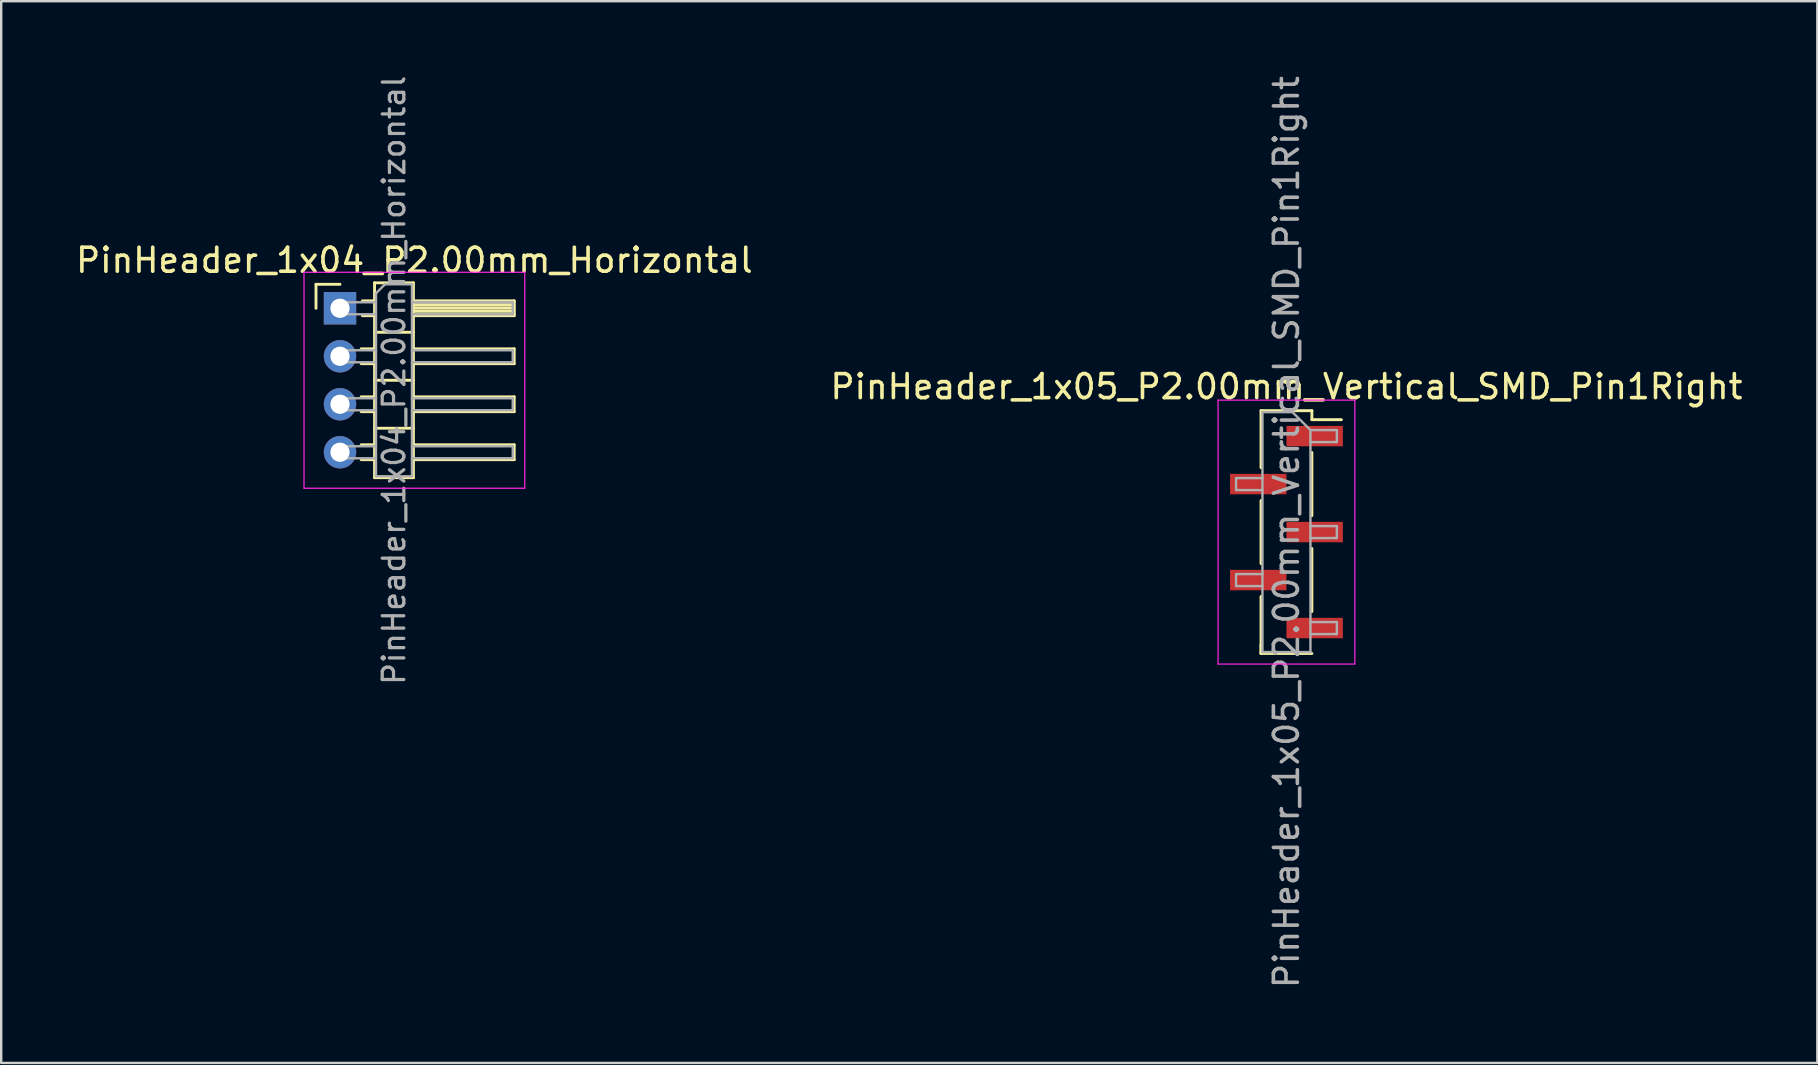
<source format=kicad_pcb>
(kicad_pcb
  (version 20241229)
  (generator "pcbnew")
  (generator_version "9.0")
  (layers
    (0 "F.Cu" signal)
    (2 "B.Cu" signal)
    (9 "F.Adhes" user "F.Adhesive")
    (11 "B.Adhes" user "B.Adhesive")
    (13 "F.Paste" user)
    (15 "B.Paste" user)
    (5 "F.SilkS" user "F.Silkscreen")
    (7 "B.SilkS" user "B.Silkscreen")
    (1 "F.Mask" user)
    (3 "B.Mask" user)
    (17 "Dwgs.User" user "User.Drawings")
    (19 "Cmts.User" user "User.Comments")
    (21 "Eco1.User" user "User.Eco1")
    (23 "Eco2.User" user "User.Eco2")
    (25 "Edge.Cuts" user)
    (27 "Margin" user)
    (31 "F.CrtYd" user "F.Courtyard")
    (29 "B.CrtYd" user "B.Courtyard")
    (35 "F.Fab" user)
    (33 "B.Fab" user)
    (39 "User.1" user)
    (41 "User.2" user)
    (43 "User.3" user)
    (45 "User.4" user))
  (footprint "PinHeader_1x05_P2.00mm_Vertical_SMD_Pin1Right"
    (layer "F.Cu")
    (at 50.565 19.125)
    (property "Reference" "PinHeader_1x05_P2.00mm_Vertical_SMD_Pin1Right" (at 0 -6.06 0) (layer "F.SilkS") (effects (font (size 1 1) (thickness 0.15))))
    (attr smd)
    (fp_line (start -1.06 -5.06) (end -1.06 -2.685) (stroke (width 0.12) (type solid)) (layer "F.SilkS"))
    (fp_line (start -1.06 -5.06) (end 1.06 -5.06) (stroke (width 0.12) (type solid)) (layer "F.SilkS"))
    (fp_line (start -1.06 -1.315) (end -1.06 1.315) (stroke (width 0.12) (type solid)) (layer "F.SilkS"))
    (fp_line (start -1.06 2.685) (end -1.06 5.06) (stroke (width 0.12) (type solid)) (layer "F.SilkS"))
    (fp_line (start -1.06 4.685) (end -1.06 5.06) (stroke (width 0.12) (type solid)) (layer "F.SilkS"))
    (fp_line (start -1.06 5.06) (end 1.06 5.06) (stroke (width 0.12) (type solid)) (layer "F.SilkS"))
    (fp_line (start 1.06 -5.06) (end 1.06 -4.685) (stroke (width 0.12) (type solid)) (layer "F.SilkS"))
    (fp_line (start 1.06 -4.685) (end 2.29 -4.685) (stroke (width 0.12) (type solid)) (layer "F.SilkS"))
    (fp_line (start 1.06 -3.315) (end 1.06 -0.685) (stroke (width 0.12) (type solid)) (layer "F.SilkS"))
    (fp_line (start 1.06 0.685) (end 1.06 3.315) (stroke (width 0.12) (type solid)) (layer "F.SilkS"))
    (fp_line (start -2.85 -5.5) (end -2.85 5.5) (stroke (width 0.05) (type solid)) (layer "F.CrtYd"))
    (fp_line (start -2.85 5.5) (end 2.85 5.5) (stroke (width 0.05) (type solid)) (layer "F.CrtYd"))
    (fp_line (start 2.85 -5.5) (end -2.85 -5.5) (stroke (width 0.05) (type solid)) (layer "F.CrtYd"))
    (fp_line (start 2.85 5.5) (end 2.85 -5.5) (stroke (width 0.05) (type solid)) (layer "F.CrtYd"))
    (fp_line (start -2.1 -2.25) (end -2.1 -1.75) (stroke (width 0.1) (type solid)) (layer "F.Fab"))
    (fp_line (start -2.1 -1.75) (end -1 -1.75) (stroke (width 0.1) (type solid)) (layer "F.Fab"))
    (fp_line (start -2.1 1.75) (end -2.1 2.25) (stroke (width 0.1) (type solid)) (layer "F.Fab"))
    (fp_line (start -2.1 2.25) (end -1 2.25) (stroke (width 0.1) (type solid)) (layer "F.Fab"))
    (fp_line (start -1 -5) (end -1 5) (stroke (width 0.1) (type solid)) (layer "F.Fab"))
    (fp_line (start -1 -5) (end 0.25 -5) (stroke (width 0.1) (type solid)) (layer "F.Fab"))
    (fp_line (start -1 -2.25) (end -2.1 -2.25) (stroke (width 0.1) (type solid)) (layer "F.Fab"))
    (fp_line (start -1 1.75) (end -2.1 1.75) (stroke (width 0.1) (type solid)) (layer "F.Fab"))
    (fp_line (start 1 -4.25) (end 0.25 -5) (stroke (width 0.1) (type solid)) (layer "F.Fab"))
    (fp_line (start 1 -4.25) (end 2.1 -4.25) (stroke (width 0.1) (type solid)) (layer "F.Fab"))
    (fp_line (start 1 -0.25) (end 2.1 -0.25) (stroke (width 0.1) (type solid)) (layer "F.Fab"))
    (fp_line (start 1 3.75) (end 2.1 3.75) (stroke (width 0.1) (type solid)) (layer "F.Fab"))
    (fp_line (start 1 5) (end -1 5) (stroke (width 0.1) (type solid)) (layer "F.Fab"))
    (fp_line (start 1 5) (end 1 -4.25) (stroke (width 0.1) (type solid)) (layer "F.Fab"))
    (fp_line (start 2.1 -4.25) (end 2.1 -3.75) (stroke (width 0.1) (type solid)) (layer "F.Fab"))
    (fp_line (start 2.1 -3.75) (end 1 -3.75) (stroke (width 0.1) (type solid)) (layer "F.Fab"))
    (fp_line (start 2.1 -0.25) (end 2.1 0.25) (stroke (width 0.1) (type solid)) (layer "F.Fab"))
    (fp_line (start 2.1 0.25) (end 1 0.25) (stroke (width 0.1) (type solid)) (layer "F.Fab"))
    (fp_line (start 2.1 3.75) (end 2.1 4.25) (stroke (width 0.1) (type solid)) (layer "F.Fab"))
    (fp_line (start 2.1 4.25) (end 1 4.25) (stroke (width 0.1) (type solid)) (layer "F.Fab"))
    (fp_text user "${REFERENCE}" (at 0 0 90) (layer "F.Fab") (effects (font (size 1 1) (thickness 0.15))))
    (pad "1" smd rect (at 1.175 -4) (size 2.35 0.85) (layers "F.Cu" "F.Mask" "F.Paste"))
    (pad "2" smd rect (at -1.175 -2) (size 2.35 0.85) (layers "F.Cu" "F.Mask" "F.Paste"))
    (pad "3" smd rect (at 1.175 0) (size 2.35 0.85) (layers "F.Cu" "F.Mask" "F.Paste"))
    (pad "4" smd rect (at -1.175 2) (size 2.35 0.85) (layers "F.Cu" "F.Mask" "F.Paste"))
    (pad "5" smd rect (at 1.175 4) (size 2.35 0.85) (layers "F.Cu" "F.Mask" "F.Paste")))
  (footprint "PinHeader_1x04_P2.00mm_Horizontal"
    (layer "F.Cu")
    (at 11.12 9.798)
    (property "Reference" "PinHeader_1x04_P2.00mm_Horizontal" (at 3.1 -2 0) (layer "F.SilkS") (effects (font (size 1 1) (thickness 0.15))))
    (attr through_hole)
    (fp_line (start -1 -1) (end 0 -1) (stroke (width 0.12) (type solid)) (layer "F.SilkS"))
    (fp_line (start -1 0) (end -1 -1) (stroke (width 0.12) (type solid)) (layer "F.SilkS"))
    (fp_line (start 0.882 1.69) (end 1.44 1.69) (stroke (width 0.12) (type solid)) (layer "F.SilkS"))
    (fp_line (start 0.882 2.31) (end 1.44 2.31) (stroke (width 0.12) (type solid)) (layer "F.SilkS"))
    (fp_line (start 0.882 3.69) (end 1.44 3.69) (stroke (width 0.12) (type solid)) (layer "F.SilkS"))
    (fp_line (start 0.882 4.31) (end 1.44 4.31) (stroke (width 0.12) (type solid)) (layer "F.SilkS"))
    (fp_line (start 0.882 5.69) (end 1.44 5.69) (stroke (width 0.12) (type solid)) (layer "F.SilkS"))
    (fp_line (start 0.882 6.31) (end 1.44 6.31) (stroke (width 0.12) (type solid)) (layer "F.SilkS"))
    (fp_line (start 0.935 -0.31) (end 1.44 -0.31) (stroke (width 0.12) (type solid)) (layer "F.SilkS"))
    (fp_line (start 0.935 0.31) (end 1.44 0.31) (stroke (width 0.12) (type solid)) (layer "F.SilkS"))
    (fp_line (start 1.44 -1.06) (end 1.44 7.06) (stroke (width 0.12) (type solid)) (layer "F.SilkS"))
    (fp_line (start 1.44 1) (end 3.06 1) (stroke (width 0.12) (type solid)) (layer "F.SilkS"))
    (fp_line (start 1.44 3) (end 3.06 3) (stroke (width 0.12) (type solid)) (layer "F.SilkS"))
    (fp_line (start 1.44 5) (end 3.06 5) (stroke (width 0.12) (type solid)) (layer "F.SilkS"))
    (fp_line (start 1.44 7.06) (end 3.06 7.06) (stroke (width 0.12) (type solid)) (layer "F.SilkS"))
    (fp_line (start 3.06 -1.06) (end 1.44 -1.06) (stroke (width 0.12) (type solid)) (layer "F.SilkS"))
    (fp_line (start 3.06 -0.31) (end 7.26 -0.31) (stroke (width 0.12) (type solid)) (layer "F.SilkS"))
    (fp_line (start 3.06 -0.25) (end 7.26 -0.25) (stroke (width 0.12) (type solid)) (layer "F.SilkS"))
    (fp_line (start 3.06 -0.13) (end 7.26 -0.13) (stroke (width 0.12) (type solid)) (layer "F.SilkS"))
    (fp_line (start 3.06 -0.01) (end 7.26 -0.01) (stroke (width 0.12) (type solid)) (layer "F.SilkS"))
    (fp_line (start 3.06 0.11) (end 7.26 0.11) (stroke (width 0.12) (type solid)) (layer "F.SilkS"))
    (fp_line (start 3.06 0.23) (end 7.26 0.23) (stroke (width 0.12) (type solid)) (layer "F.SilkS"))
    (fp_line (start 3.06 1.69) (end 7.26 1.69) (stroke (width 0.12) (type solid)) (layer "F.SilkS"))
    (fp_line (start 3.06 3.69) (end 7.26 3.69) (stroke (width 0.12) (type solid)) (layer "F.SilkS"))
    (fp_line (start 3.06 5.69) (end 7.26 5.69) (stroke (width 0.12) (type solid)) (layer "F.SilkS"))
    (fp_line (start 3.06 7.06) (end 3.06 -1.06) (stroke (width 0.12) (type solid)) (layer "F.SilkS"))
    (fp_line (start 7.26 -0.31) (end 7.26 0.31) (stroke (width 0.12) (type solid)) (layer "F.SilkS"))
    (fp_line (start 7.26 0.31) (end 3.06 0.31) (stroke (width 0.12) (type solid)) (layer "F.SilkS"))
    (fp_line (start 7.26 1.69) (end 7.26 2.31) (stroke (width 0.12) (type solid)) (layer "F.SilkS"))
    (fp_line (start 7.26 2.31) (end 3.06 2.31) (stroke (width 0.12) (type solid)) (layer "F.SilkS"))
    (fp_line (start 7.26 3.69) (end 7.26 4.31) (stroke (width 0.12) (type solid)) (layer "F.SilkS"))
    (fp_line (start 7.26 4.31) (end 3.06 4.31) (stroke (width 0.12) (type solid)) (layer "F.SilkS"))
    (fp_line (start 7.26 5.69) (end 7.26 6.31) (stroke (width 0.12) (type solid)) (layer "F.SilkS"))
    (fp_line (start 7.26 6.31) (end 3.06 6.31) (stroke (width 0.12) (type solid)) (layer "F.SilkS"))
    (fp_line (start -1.5 -1.5) (end -1.5 7.5) (stroke (width 0.05) (type solid)) (layer "F.CrtYd"))
    (fp_line (start -1.5 7.5) (end 7.7 7.5) (stroke (width 0.05) (type solid)) (layer "F.CrtYd"))
    (fp_line (start 7.7 -1.5) (end -1.5 -1.5) (stroke (width 0.05) (type solid)) (layer "F.CrtYd"))
    (fp_line (start 7.7 7.5) (end 7.7 -1.5) (stroke (width 0.05) (type solid)) (layer "F.CrtYd"))
    (fp_line (start -0.25 -0.25) (end -0.25 0.25) (stroke (width 0.1) (type solid)) (layer "F.Fab"))
    (fp_line (start -0.25 -0.25) (end 1.5 -0.25) (stroke (width 0.1) (type solid)) (layer "F.Fab"))
    (fp_line (start -0.25 0.25) (end 1.5 0.25) (stroke (width 0.1) (type solid)) (layer "F.Fab"))
    (fp_line (start -0.25 1.75) (end -0.25 2.25) (stroke (width 0.1) (type solid)) (layer "F.Fab"))
    (fp_line (start -0.25 1.75) (end 1.5 1.75) (stroke (width 0.1) (type solid)) (layer "F.Fab"))
    (fp_line (start -0.25 2.25) (end 1.5 2.25) (stroke (width 0.1) (type solid)) (layer "F.Fab"))
    (fp_line (start -0.25 3.75) (end -0.25 4.25) (stroke (width 0.1) (type solid)) (layer "F.Fab"))
    (fp_line (start -0.25 3.75) (end 1.5 3.75) (stroke (width 0.1) (type solid)) (layer "F.Fab"))
    (fp_line (start -0.25 4.25) (end 1.5 4.25) (stroke (width 0.1) (type solid)) (layer "F.Fab"))
    (fp_line (start -0.25 5.75) (end -0.25 6.25) (stroke (width 0.1) (type solid)) (layer "F.Fab"))
    (fp_line (start -0.25 5.75) (end 1.5 5.75) (stroke (width 0.1) (type solid)) (layer "F.Fab"))
    (fp_line (start -0.25 6.25) (end 1.5 6.25) (stroke (width 0.1) (type solid)) (layer "F.Fab"))
    (fp_line (start 1.5 -0.625) (end 1.875 -1) (stroke (width 0.1) (type solid)) (layer "F.Fab"))
    (fp_line (start 1.5 7) (end 1.5 -0.625) (stroke (width 0.1) (type solid)) (layer "F.Fab"))
    (fp_line (start 1.875 -1) (end 3 -1) (stroke (width 0.1) (type solid)) (layer "F.Fab"))
    (fp_line (start 3 -1) (end 3 7) (stroke (width 0.1) (type solid)) (layer "F.Fab"))
    (fp_line (start 3 -0.25) (end 7.2 -0.25) (stroke (width 0.1) (type solid)) (layer "F.Fab"))
    (fp_line (start 3 0.25) (end 7.2 0.25) (stroke (width 0.1) (type solid)) (layer "F.Fab"))
    (fp_line (start 3 1.75) (end 7.2 1.75) (stroke (width 0.1) (type solid)) (layer "F.Fab"))
    (fp_line (start 3 2.25) (end 7.2 2.25) (stroke (width 0.1) (type solid)) (layer "F.Fab"))
    (fp_line (start 3 3.75) (end 7.2 3.75) (stroke (width 0.1) (type solid)) (layer "F.Fab"))
    (fp_line (start 3 4.25) (end 7.2 4.25) (stroke (width 0.1) (type solid)) (layer "F.Fab"))
    (fp_line (start 3 5.75) (end 7.2 5.75) (stroke (width 0.1) (type solid)) (layer "F.Fab"))
    (fp_line (start 3 6.25) (end 7.2 6.25) (stroke (width 0.1) (type solid)) (layer "F.Fab"))
    (fp_line (start 3 7) (end 1.5 7) (stroke (width 0.1) (type solid)) (layer "F.Fab"))
    (fp_line (start 7.2 -0.25) (end 7.2 0.25) (stroke (width 0.1) (type solid)) (layer "F.Fab"))
    (fp_line (start 7.2 1.75) (end 7.2 2.25) (stroke (width 0.1) (type solid)) (layer "F.Fab"))
    (fp_line (start 7.2 3.75) (end 7.2 4.25) (stroke (width 0.1) (type solid)) (layer "F.Fab"))
    (fp_line (start 7.2 5.75) (end 7.2 6.25) (stroke (width 0.1) (type solid)) (layer "F.Fab"))
    (fp_text user "${REFERENCE}" (at 2.25 3 90) (layer "F.Fab") (effects (font (size 0.9 0.9) (thickness 0.135))))
    (pad "1" thru_hole rect (at 0 0) (size 1.35 1.35) (drill 0.8) (layers "*.Cu" "*.Mask"))
    (pad "2" thru_hole oval (at 0 2) (size 1.35 1.35) (drill 0.8) (layers "*.Cu" "*.Mask"))
    (pad "3" thru_hole oval (at 0 4) (size 1.35 1.35) (drill 0.8) (layers "*.Cu" "*.Mask"))
    (pad "4" thru_hole oval (at 0 6) (size 1.35 1.35) (drill 0.8) (layers "*.Cu" "*.Mask")))
  (gr_rect
    (start -3 -3)
    (end 72.69 41.25)
    (stroke (width 0.1) (type default))
    (fill no)
    (layer "Edge.Cuts")))
</source>
